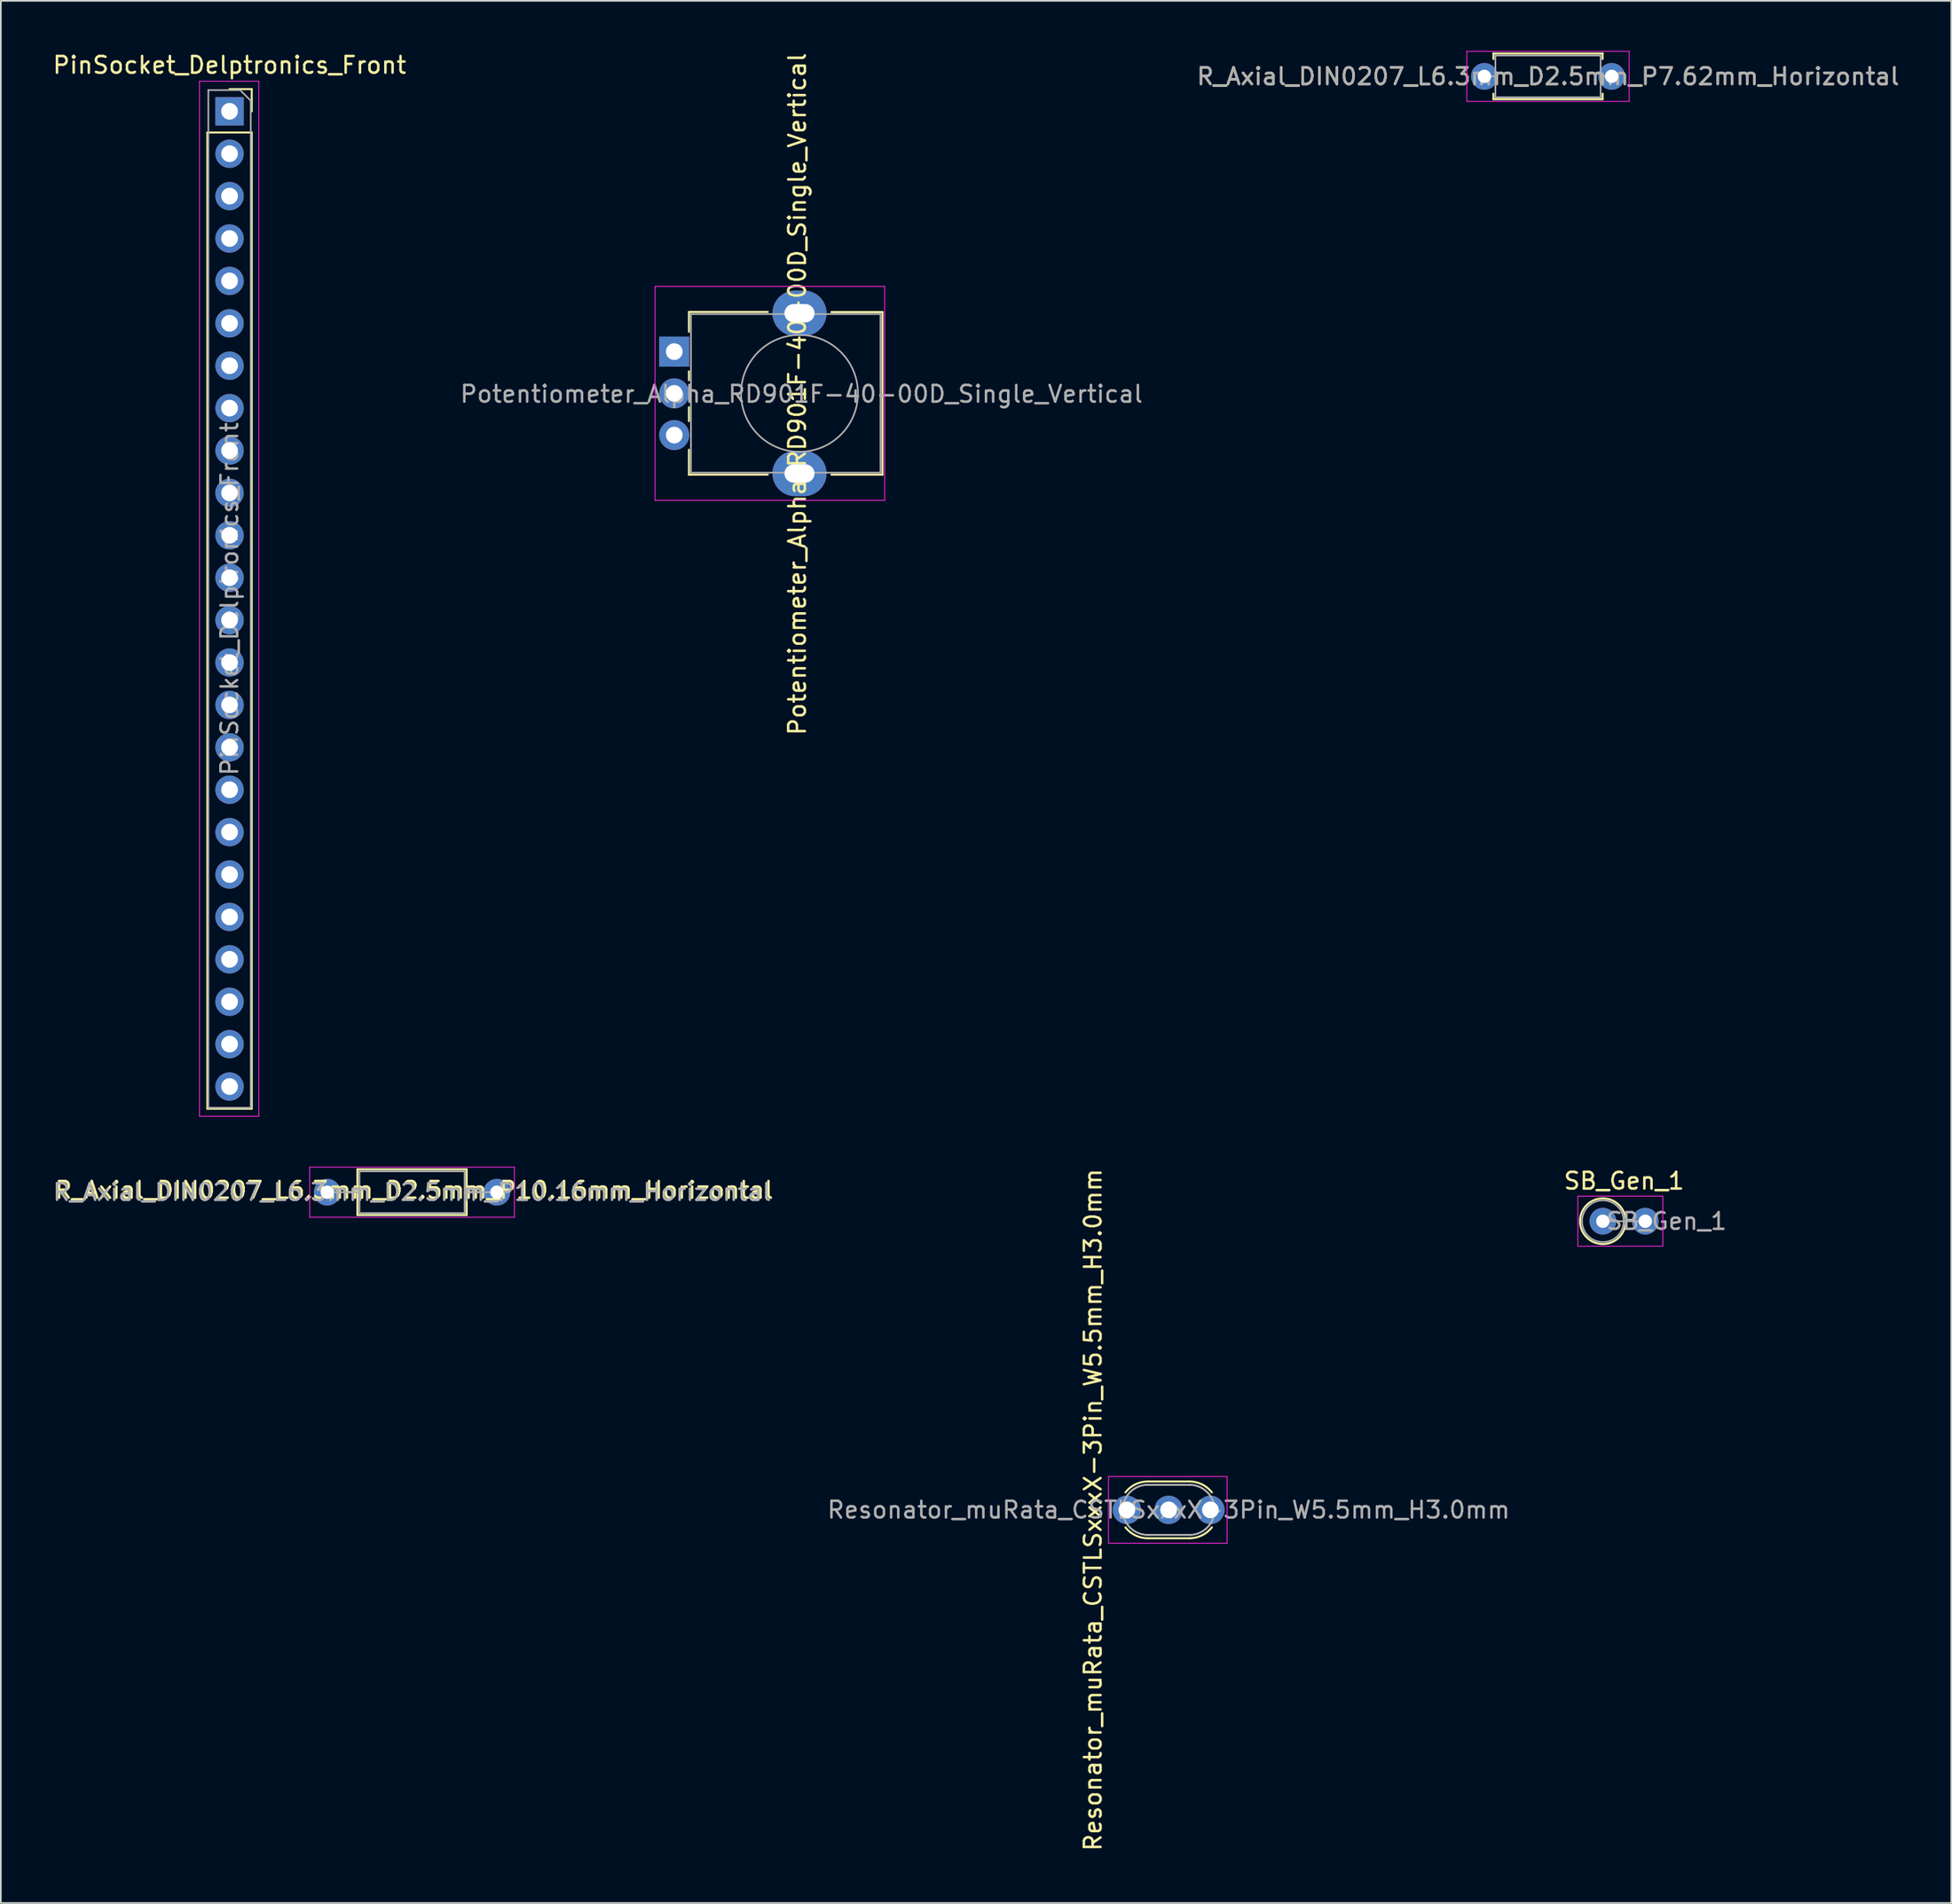
<source format=kicad_pcb>
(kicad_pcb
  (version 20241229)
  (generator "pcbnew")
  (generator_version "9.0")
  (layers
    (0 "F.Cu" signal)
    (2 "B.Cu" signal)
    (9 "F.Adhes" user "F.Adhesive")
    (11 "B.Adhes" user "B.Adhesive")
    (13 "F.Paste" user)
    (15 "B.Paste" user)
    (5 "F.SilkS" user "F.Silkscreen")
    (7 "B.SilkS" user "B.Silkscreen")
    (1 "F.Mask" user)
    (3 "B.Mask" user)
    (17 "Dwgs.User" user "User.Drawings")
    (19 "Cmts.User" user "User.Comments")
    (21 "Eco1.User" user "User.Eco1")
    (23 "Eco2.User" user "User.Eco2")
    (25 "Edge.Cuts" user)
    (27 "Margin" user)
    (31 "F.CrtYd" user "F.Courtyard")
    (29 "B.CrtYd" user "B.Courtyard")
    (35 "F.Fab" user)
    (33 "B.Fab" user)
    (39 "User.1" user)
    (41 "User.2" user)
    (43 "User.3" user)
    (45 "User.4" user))
  (footprint "SB_Gen_1"
    (layer "F.Cu")
    (at 92.934 70.105)
    (property "Reference" "SB_Gen_1" (at 1.27 -2.413 0) (layer "F.SilkS") (effects (font (size 1 1) (thickness 0.15))))
    (attr through_hole)
    (fp_line (start 1.37 0) (end 1.44 0) (stroke (width 0.12) (type solid)) (layer "F.SilkS"))
    (fp_circle (center 0 0) (end 1.37 0) (stroke (width 0.12) (type solid)) (fill no) (layer "F.SilkS"))
    (fp_line (start -1.5 -1.5) (end -1.5 1.5) (stroke (width 0.05) (type solid)) (layer "F.CrtYd"))
    (fp_line (start -1.5 1.5) (end 3.59 1.5) (stroke (width 0.05) (type solid)) (layer "F.CrtYd"))
    (fp_line (start 3.59 -1.5) (end -1.5 -1.5) (stroke (width 0.05) (type solid)) (layer "F.CrtYd"))
    (fp_line (start 3.59 1.5) (end 3.59 -1.5) (stroke (width 0.05) (type solid)) (layer "F.CrtYd"))
    (fp_line (start 0 0) (end 2.54 0) (stroke (width 0.1) (type solid)) (layer "F.Fab"))
    (fp_circle (center 0 0) (end 1.25 0) (stroke (width 0.1) (type solid)) (fill no) (layer "F.Fab"))
    (fp_text user "${REFERENCE}" (at 3.81 0 0) (layer "F.Fab") (effects (font (size 1 1) (thickness 0.15))))
    (pad "1" thru_hole circle (at 0 0) (size 1.6 1.6) (drill 0.8) (layers "*.Cu" "*.Mask"))
    (pad "2" thru_hole oval (at 2.54 0) (size 1.6 1.6) (drill 0.8) (layers "*.Cu" "*.Mask")))
  (footprint "Resonator_muRata_CSTLSxxxX-3Pin_W5.5mm_H3.0mm"
    (layer "F.Cu")
    (at 64.431 87.397)
    (property "Reference" "Resonator_muRata_CSTLSxxxX-3Pin_W5.5mm_H3.0mm" (at -2.032 0 270) (layer "F.SilkS") (effects (font (size 1 1) (thickness 0.15))))
    (attr through_hole)
    (fp_line (start 1.25 -1.7) (end 3.75 -1.7) (stroke (width 0.12) (type solid)) (layer "F.SilkS"))
    (fp_line (start 1.25 1.7) (end 3.75 1.7) (stroke (width 0.12) (type solid)) (layer "F.SilkS"))
    (fp_arc (start -0.08779 -1.048961) (mid 0.506102 -1.5286) (end 1.25 -1.7) (stroke (width 0.12) (type solid)) (layer "F.SilkS"))
    (fp_arc (start 1.25 1.7) (mid 0.506103 1.5286) (end -0.08779 1.048961) (stroke (width 0.12) (type solid)) (layer "F.SilkS"))
    (fp_arc (start 3.75 -1.7) (mid 4.493897 -1.5286) (end 5.08779 -1.048961) (stroke (width 0.12) (type solid)) (layer "F.SilkS"))
    (fp_arc (start 5.08779 1.048961) (mid 4.493898 1.5286) (end 3.75 1.7) (stroke (width 0.12) (type solid)) (layer "F.SilkS"))
    (fp_line (start -1.1 -2) (end -1.1 2) (stroke (width 0.05) (type solid)) (layer "F.CrtYd"))
    (fp_line (start -1.1 2) (end 6 2) (stroke (width 0.05) (type solid)) (layer "F.CrtYd"))
    (fp_line (start 6 -2) (end -1.1 -2) (stroke (width 0.05) (type solid)) (layer "F.CrtYd"))
    (fp_line (start 6 2) (end 6 -2) (stroke (width 0.05) (type solid)) (layer "F.CrtYd"))
    (fp_line (start 1.25 -1.5) (end 3.75 -1.5) (stroke (width 0.1) (type solid)) (layer "F.Fab"))
    (fp_line (start 1.25 -1.5) (end 3.75 -1.5) (stroke (width 0.1) (type solid)) (layer "F.Fab"))
    (fp_line (start 1.25 1.5) (end 3.75 1.5) (stroke (width 0.1) (type solid)) (layer "F.Fab"))
    (fp_line (start 1.25 1.5) (end 3.75 1.5) (stroke (width 0.1) (type solid)) (layer "F.Fab"))
    (fp_arc (start 1.25 1.5) (mid -0.25 0) (end 1.25 -1.5) (stroke (width 0.1) (type solid)) (layer "F.Fab"))
    (fp_arc (start 1.25 1.5) (mid -0.25 0) (end 1.25 -1.5) (stroke (width 0.1) (type solid)) (layer "F.Fab"))
    (fp_arc (start 3.75 -1.5) (mid 5.25 0) (end 3.75 1.5) (stroke (width 0.1) (type solid)) (layer "F.Fab"))
    (fp_arc (start 3.75 -1.5) (mid 5.25 0) (end 3.75 1.5) (stroke (width 0.1) (type solid)) (layer "F.Fab"))
    (fp_text user "${REFERENCE}" (at 2.5 0 180) (layer "F.Fab") (effects (font (size 1 1) (thickness 0.15))))
    (pad "1" thru_hole circle (at 0 0) (size 1.7 1.7) (drill 1) (layers "*.Cu" "*.Mask"))
    (pad "2" thru_hole circle (at 2.5 0) (size 1.7 1.7) (drill 1) (layers "*.Cu" "*.Mask"))
    (pad "3" thru_hole circle (at 5 0) (size 1.7 1.7) (drill 1) (layers "*.Cu" "*.Mask")))
  (footprint "R_Axial_DIN0207_L6.3mm_D2.5mm_P7.62mm_Horizontal"
    (layer "F.Cu")
    (at 85.839 1.525)
    (property "Reference" "R_Axial_DIN0207_L6.3mm_D2.5mm_P7.62mm_Horizontal" (at 3.81 0 180) (layer "F.SilkS") (effects (font (size 1 1) (thickness 0.15))))
    (attr through_hole)
    (fp_line (start 0.54 -1.37) (end 7.08 -1.37) (stroke (width 0.12) (type solid)) (layer "F.SilkS"))
    (fp_line (start 0.54 -1.04) (end 0.54 -1.37) (stroke (width 0.12) (type solid)) (layer "F.SilkS"))
    (fp_line (start 0.54 1.04) (end 0.54 1.37) (stroke (width 0.12) (type solid)) (layer "F.SilkS"))
    (fp_line (start 0.54 1.37) (end 7.08 1.37) (stroke (width 0.12) (type solid)) (layer "F.SilkS"))
    (fp_line (start 7.08 -1.37) (end 7.08 -1.04) (stroke (width 0.12) (type solid)) (layer "F.SilkS"))
    (fp_line (start 7.08 1.37) (end 7.08 1.04) (stroke (width 0.12) (type solid)) (layer "F.SilkS"))
    (fp_line (start -1.05 -1.5) (end -1.05 1.5) (stroke (width 0.05) (type solid)) (layer "F.CrtYd"))
    (fp_line (start -1.05 1.5) (end 8.67 1.5) (stroke (width 0.05) (type solid)) (layer "F.CrtYd"))
    (fp_line (start 8.67 -1.5) (end -1.05 -1.5) (stroke (width 0.05) (type solid)) (layer "F.CrtYd"))
    (fp_line (start 8.67 1.5) (end 8.67 -1.5) (stroke (width 0.05) (type solid)) (layer "F.CrtYd"))
    (fp_line (start 0 0) (end 0.66 0) (stroke (width 0.1) (type solid)) (layer "F.Fab"))
    (fp_line (start 0.66 -1.25) (end 0.66 1.25) (stroke (width 0.1) (type solid)) (layer "F.Fab"))
    (fp_line (start 0.66 1.25) (end 6.96 1.25) (stroke (width 0.1) (type solid)) (layer "F.Fab"))
    (fp_line (start 6.96 -1.25) (end 0.66 -1.25) (stroke (width 0.1) (type solid)) (layer "F.Fab"))
    (fp_line (start 6.96 1.25) (end 6.96 -1.25) (stroke (width 0.1) (type solid)) (layer "F.Fab"))
    (fp_line (start 7.62 0) (end 6.96 0) (stroke (width 0.1) (type solid)) (layer "F.Fab"))
    (fp_text user "${REFERENCE}" (at 3.81 0 180) (layer "F.Fab") (effects (font (size 1 1) (thickness 0.15))))
    (pad "1" thru_hole circle (at 0 0) (size 1.6 1.6) (drill 0.8) (layers "*.Cu" "*.Mask"))
    (pad "2" thru_hole oval (at 7.62 0) (size 1.6 1.6) (drill 0.8) (layers "*.Cu" "*.Mask")))
  (footprint "PinSocket_Delptronics_Front"
    (layer "F.Cu")
    (at 10.696 3.618)
    (property "Reference" "PinSocket_Delptronics_Front" (at 0 -2.77 180) (layer "F.SilkS") (effects (font (size 1 1) (thickness 0.15))))
    (attr through_hole)
    (fp_line (start -1.33 1.27) (end -1.33 59.75) (stroke (width 0.12) (type solid)) (layer "F.SilkS"))
    (fp_line (start -1.33 1.27) (end 1.33 1.27) (stroke (width 0.12) (type solid)) (layer "F.SilkS"))
    (fp_line (start -1.33 59.75) (end 1.33 59.75) (stroke (width 0.12) (type solid)) (layer "F.SilkS"))
    (fp_line (start 0 -1.33) (end 1.33 -1.33) (stroke (width 0.12) (type solid)) (layer "F.SilkS"))
    (fp_line (start 1.33 -1.33) (end 1.33 0) (stroke (width 0.12) (type solid)) (layer "F.SilkS"))
    (fp_line (start 1.33 1.27) (end 1.33 59.75) (stroke (width 0.12) (type solid)) (layer "F.SilkS"))
    (fp_line (start -1.8 -1.8) (end 1.75 -1.8) (stroke (width 0.05) (type solid)) (layer "F.CrtYd"))
    (fp_line (start -1.8 60.2) (end -1.8 -1.8) (stroke (width 0.05) (type solid)) (layer "F.CrtYd"))
    (fp_line (start 1.75 -1.8) (end 1.75 60.2) (stroke (width 0.05) (type solid)) (layer "F.CrtYd"))
    (fp_line (start 1.75 60.2) (end -1.8 60.2) (stroke (width 0.05) (type solid)) (layer "F.CrtYd"))
    (fp_line (start -1.27 -1.27) (end 0.635 -1.27) (stroke (width 0.1) (type solid)) (layer "F.Fab"))
    (fp_line (start -1.27 59.69) (end -1.27 -1.27) (stroke (width 0.1) (type solid)) (layer "F.Fab"))
    (fp_line (start 0.635 -1.27) (end 1.27 -0.635) (stroke (width 0.1) (type solid)) (layer "F.Fab"))
    (fp_line (start 1.27 -0.635) (end 1.27 59.69) (stroke (width 0.1) (type solid)) (layer "F.Fab"))
    (fp_line (start 1.27 59.69) (end -1.27 59.69) (stroke (width 0.1) (type solid)) (layer "F.Fab"))
    (fp_text user "${REFERENCE}" (at 0 29.21 270) (layer "F.Fab") (effects (font (size 1 1) (thickness 0.15))))
    (pad "1" thru_hole rect (at 0 0) (size 1.7 1.7) (drill 1) (layers "*.Cu" "*.Mask"))
    (pad "2" thru_hole oval (at 0 2.54) (size 1.7 1.7) (drill 1) (layers "*.Cu" "*.Mask"))
    (pad "3" thru_hole oval (at 0 5.08) (size 1.7 1.7) (drill 1) (layers "*.Cu" "*.Mask"))
    (pad "4" thru_hole oval (at 0 7.62) (size 1.7 1.7) (drill 1) (layers "*.Cu" "*.Mask"))
    (pad "5" thru_hole oval (at 0 10.16) (size 1.7 1.7) (drill 1) (layers "*.Cu" "*.Mask"))
    (pad "6" thru_hole oval (at 0 12.7) (size 1.7 1.7) (drill 1) (layers "*.Cu" "*.Mask"))
    (pad "7" thru_hole oval (at 0 15.24) (size 1.7 1.7) (drill 1) (layers "*.Cu" "*.Mask"))
    (pad "8" thru_hole oval (at 0 17.78) (size 1.7 1.7) (drill 1) (layers "*.Cu" "*.Mask"))
    (pad "9" thru_hole oval (at 0 20.32) (size 1.7 1.7) (drill 1) (layers "*.Cu" "*.Mask"))
    (pad "10" thru_hole oval (at 0 22.86) (size 1.7 1.7) (drill 1) (layers "*.Cu" "*.Mask"))
    (pad "11" thru_hole oval (at 0 25.4) (size 1.7 1.7) (drill 1) (layers "*.Cu" "*.Mask"))
    (pad "12" thru_hole oval (at 0 27.94) (size 1.7 1.7) (drill 1) (layers "*.Cu" "*.Mask"))
    (pad "13" thru_hole oval (at 0 30.48) (size 1.7 1.7) (drill 1) (layers "*.Cu" "*.Mask"))
    (pad "14" thru_hole oval (at 0 33.02) (size 1.7 1.7) (drill 1) (layers "*.Cu" "*.Mask"))
    (pad "15" thru_hole oval (at 0 35.56) (size 1.7 1.7) (drill 1) (layers "*.Cu" "*.Mask"))
    (pad "16" thru_hole oval (at 0 38.1) (size 1.7 1.7) (drill 1) (layers "*.Cu" "*.Mask"))
    (pad "17" thru_hole oval (at 0 40.64) (size 1.7 1.7) (drill 1) (layers "*.Cu" "*.Mask"))
    (pad "18" thru_hole oval (at 0 43.18) (size 1.7 1.7) (drill 1) (layers "*.Cu" "*.Mask"))
    (pad "19" thru_hole oval (at 0 45.72) (size 1.7 1.7) (drill 1) (layers "*.Cu" "*.Mask"))
    (pad "20" thru_hole oval (at 0 48.26) (size 1.7 1.7) (drill 1) (layers "*.Cu" "*.Mask"))
    (pad "21" thru_hole oval (at 0 50.8) (size 1.7 1.7) (drill 1) (layers "*.Cu" "*.Mask"))
    (pad "22" thru_hole oval (at 0 53.34) (size 1.7 1.7) (drill 1) (layers "*.Cu" "*.Mask"))
    (pad "23" thru_hole oval (at 0 55.88) (size 1.7 1.7) (drill 1) (layers "*.Cu" "*.Mask"))
    (pad "24" thru_hole oval (at 0 58.42) (size 1.7 1.7) (drill 1) (layers "*.Cu" "*.Mask")))
  (footprint "R_Axial_DIN0207_L6.3mm_D2.5mm_P10.16mm_Horizontal"
    (layer "F.Cu")
    (at 16.545 68.368)
    (property "Reference" "R_Axial_DIN0207_L6.3mm_D2.5mm_P10.16mm_Horizontal" (at 5.207 -0.127 0) (layer "F.SilkS") (effects (font (size 1 1) (thickness 0.15))))
    (attr through_hole)
    (fp_line (start 1.04 0) (end 1.81 0) (stroke (width 0.12) (type solid)) (layer "F.SilkS"))
    (fp_line (start 1.81 -1.37) (end 1.81 1.37) (stroke (width 0.12) (type solid)) (layer "F.SilkS"))
    (fp_line (start 1.81 1.37) (end 8.35 1.37) (stroke (width 0.12) (type solid)) (layer "F.SilkS"))
    (fp_line (start 8.35 -1.37) (end 1.81 -1.37) (stroke (width 0.12) (type solid)) (layer "F.SilkS"))
    (fp_line (start 8.35 1.37) (end 8.35 -1.37) (stroke (width 0.12) (type solid)) (layer "F.SilkS"))
    (fp_line (start 9.12 0) (end 8.35 0) (stroke (width 0.12) (type solid)) (layer "F.SilkS"))
    (fp_line (start -1.05 -1.5) (end -1.05 1.5) (stroke (width 0.05) (type solid)) (layer "F.CrtYd"))
    (fp_line (start -1.05 1.5) (end 11.21 1.5) (stroke (width 0.05) (type solid)) (layer "F.CrtYd"))
    (fp_line (start 11.21 -1.5) (end -1.05 -1.5) (stroke (width 0.05) (type solid)) (layer "F.CrtYd"))
    (fp_line (start 11.21 1.5) (end 11.21 -1.5) (stroke (width 0.05) (type solid)) (layer "F.CrtYd"))
    (fp_line (start 0 0) (end 1.93 0) (stroke (width 0.1) (type solid)) (layer "F.Fab"))
    (fp_line (start 1.93 -1.25) (end 1.93 1.25) (stroke (width 0.1) (type solid)) (layer "F.Fab"))
    (fp_line (start 1.93 1.25) (end 8.23 1.25) (stroke (width 0.1) (type solid)) (layer "F.Fab"))
    (fp_line (start 8.23 -1.25) (end 1.93 -1.25) (stroke (width 0.1) (type solid)) (layer "F.Fab"))
    (fp_line (start 8.23 1.25) (end 8.23 -1.25) (stroke (width 0.1) (type solid)) (layer "F.Fab"))
    (fp_line (start 10.16 0) (end 8.23 0) (stroke (width 0.1) (type solid)) (layer "F.Fab"))
    (fp_text user "${REFERENCE}" (at 5.08 0 0) (layer "F.Fab") (effects (font (size 1 1) (thickness 0.15))))
    (pad "1" thru_hole circle (at 0 0) (size 1.6 1.6) (drill 0.8) (layers "*.Cu" "*.Mask"))
    (pad "2" thru_hole oval (at 10.16 0) (size 1.6 1.6) (drill 0.8) (layers "*.Cu" "*.Mask")))
  (footprint "Potentiometer_Alpha_RD901F-40-00D_Single_Vertical"
    (layer "F.Cu")
    (at 37.326 18.014)
    (property "Reference" "Potentiometer_Alpha_RD901F-40-00D_Single_Vertical" (at 7.366 2.54 270) (layer "F.SilkS") (effects (font (size 1 1) (thickness 0.15))))
    (attr through_hole)
    (fp_line (start 0.88 -2.38) (end 5.6 -2.38) (stroke (width 0.12) (type solid)) (layer "F.SilkS"))
    (fp_line (start 0.88 -1.19) (end 0.88 -2.37) (stroke (width 0.12) (type solid)) (layer "F.SilkS"))
    (fp_line (start 0.88 1.71) (end 0.88 1.18) (stroke (width 0.12) (type solid)) (layer "F.SilkS"))
    (fp_line (start 0.88 4.16) (end 0.88 3.33) (stroke (width 0.12) (type solid)) (layer "F.SilkS"))
    (fp_line (start 0.88 7.37) (end 0.88 5.88) (stroke (width 0.12) (type solid)) (layer "F.SilkS"))
    (fp_line (start 0.88 7.37) (end 5.6 7.37) (stroke (width 0.12) (type solid)) (layer "F.SilkS"))
    (fp_line (start 9.41 -2.37) (end 12.47 -2.37) (stroke (width 0.12) (type solid)) (layer "F.SilkS"))
    (fp_line (start 9.41 7.37) (end 12.47 7.37) (stroke (width 0.12) (type solid)) (layer "F.SilkS"))
    (fp_line (start 12.47 7.37) (end 12.47 -2.37) (stroke (width 0.12) (type solid)) (layer "F.SilkS"))
    (fp_line (start -1.15 -3.91) (end -1.15 8.91) (stroke (width 0.05) (type solid)) (layer "F.CrtYd"))
    (fp_line (start -1.15 8.91) (end 12.6 8.91) (stroke (width 0.05) (type solid)) (layer "F.CrtYd"))
    (fp_line (start 12.6 -3.91) (end -1.15 -3.91) (stroke (width 0.05) (type solid)) (layer "F.CrtYd"))
    (fp_line (start 12.6 8.91) (end 12.6 -3.91) (stroke (width 0.05) (type solid)) (layer "F.CrtYd"))
    (fp_line (start 1 -2.25) (end 12.35 -2.25) (stroke (width 0.1) (type solid)) (layer "F.Fab"))
    (fp_line (start 1 7.25) (end 1 -2.25) (stroke (width 0.1) (type solid)) (layer "F.Fab"))
    (fp_line (start 1 7.25) (end 12.35 7.25) (stroke (width 0.1) (type solid)) (layer "F.Fab"))
    (fp_line (start 12.35 7.25) (end 12.35 -2.25) (stroke (width 0.1) (type solid)) (layer "F.Fab"))
    (fp_circle (center 7.5 2.5) (end 7.5 -1) (stroke (width 0.1) (type solid)) (fill no) (layer "F.Fab"))
    (fp_text user "${REFERENCE}" (at 7.62 2.54 0) (layer "F.Fab") (effects (font (size 1 1) (thickness 0.15))))
    (pad "" thru_hole oval (at 7.5 -2.3 90) (size 2.72 3.24) (drill oval 1.1 1.8) (layers "*.Cu" "*.Mask"))
    (pad "" thru_hole oval (at 7.5 7.3 90) (size 2.72 3.24) (drill oval 1.1 1.8) (layers "*.Cu" "*.Mask"))
    (pad "1" thru_hole rect (at 0 0 90) (size 1.8 1.8) (drill 1) (layers "*.Cu" "*.Mask"))
    (pad "2" thru_hole circle (at 0 2.5 90) (size 1.8 1.8) (drill 1) (layers "*.Cu" "*.Mask"))
    (pad "3" thru_hole circle (at 0 5 90) (size 1.8 1.8) (drill 1) (layers "*.Cu" "*.Mask")))
  (gr_rect
    (start -3 -3)
    (end 113.798 110.95)
    (stroke (width 0.1) (type default))
    (fill no)
    (layer "Edge.Cuts")))
</source>
